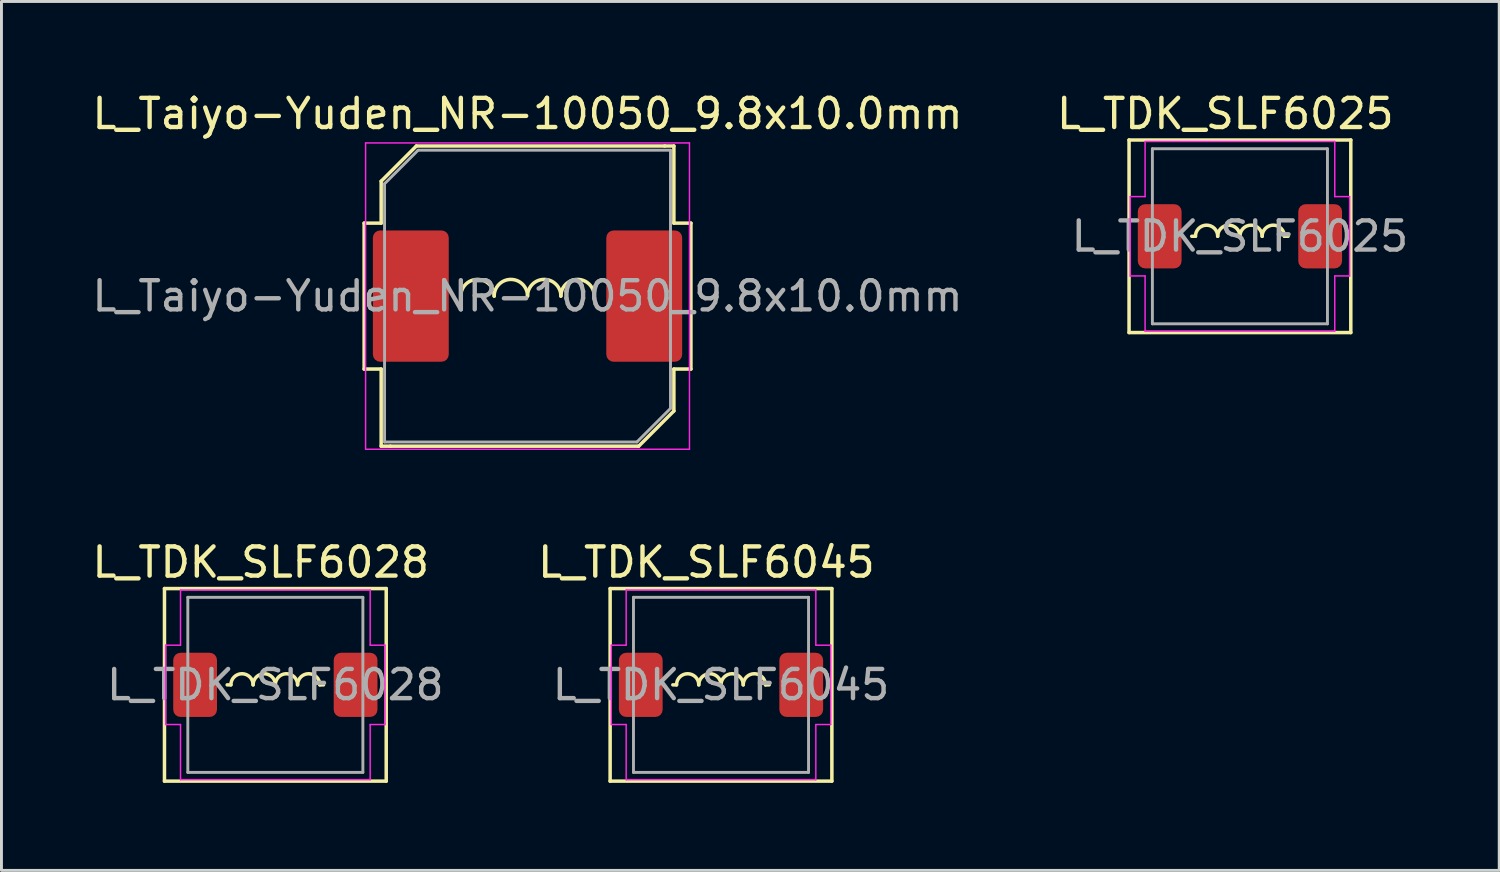
<source format=kicad_pcb>
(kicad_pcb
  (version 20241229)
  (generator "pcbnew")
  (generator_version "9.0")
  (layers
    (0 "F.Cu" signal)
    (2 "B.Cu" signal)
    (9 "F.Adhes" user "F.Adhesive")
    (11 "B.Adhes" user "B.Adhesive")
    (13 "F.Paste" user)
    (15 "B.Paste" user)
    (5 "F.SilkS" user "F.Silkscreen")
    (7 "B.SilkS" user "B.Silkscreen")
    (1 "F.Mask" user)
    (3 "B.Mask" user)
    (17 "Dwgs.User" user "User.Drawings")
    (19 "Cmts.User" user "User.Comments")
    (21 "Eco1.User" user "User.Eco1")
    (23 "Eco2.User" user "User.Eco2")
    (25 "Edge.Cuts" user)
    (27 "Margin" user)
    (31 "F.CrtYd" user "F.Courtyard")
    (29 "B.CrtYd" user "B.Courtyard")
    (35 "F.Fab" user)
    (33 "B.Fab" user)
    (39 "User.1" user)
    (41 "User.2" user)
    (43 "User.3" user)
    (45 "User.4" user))
  (footprint "L_TDK_SLF6045"
    (layer "F.Cu")
    (at 21.661 20.422)
    (property "Reference" "L_TDK_SLF6045" (at -0.5 -4.2 0) (layer "F.SilkS") (effects (font (size 1 1) (thickness 0.15))))
    (attr smd)
    (fp_line (start -3.8 -3.3) (end -3.8 3.3) (stroke (width 0.12) (type solid)) (layer "F.SilkS"))
    (fp_line (start -3.8 3.3) (end 3.8 3.3) (stroke (width 0.12) (type solid)) (layer "F.SilkS"))
    (fp_line (start -1.651 0) (end -1.524 0) (stroke (width 0.12) (type solid)) (layer "F.SilkS"))
    (fp_line (start 1.524 0) (end 1.651 0) (stroke (width 0.12) (type solid)) (layer "F.SilkS"))
    (fp_line (start 3.8 -3.3) (end -3.8 -3.3) (stroke (width 0.12) (type solid)) (layer "F.SilkS"))
    (fp_line (start 3.8 3.3) (end 3.8 -3.3) (stroke (width 0.12) (type solid)) (layer "F.SilkS"))
    (fp_arc (start -1.524 0) (mid -1.143 -0.381) (end -0.762 0) (stroke (width 0.12) (type solid)) (layer "F.SilkS"))
    (fp_arc (start -0.762 0) (mid -0.381 -0.381) (end 0 0) (stroke (width 0.12) (type solid)) (layer "F.SilkS"))
    (fp_arc (start 0 0) (mid 0.381 -0.381) (end 0.762 0) (stroke (width 0.12) (type solid)) (layer "F.SilkS"))
    (fp_arc (start 0.762 0) (mid 1.143 -0.381) (end 1.524 0) (stroke (width 0.12) (type solid)) (layer "F.SilkS"))
    (fp_line (start -3.76 -1.36) (end -3.76 1.36) (stroke (width 0.05) (type solid)) (layer "F.CrtYd"))
    (fp_line (start -3.76 1.36) (end -3.25 1.36) (stroke (width 0.05) (type solid)) (layer "F.CrtYd"))
    (fp_line (start -3.25 -3.25) (end -3.25 -1.36) (stroke (width 0.05) (type solid)) (layer "F.CrtYd"))
    (fp_line (start -3.25 -3.25) (end 3.25 -3.25) (stroke (width 0.05) (type solid)) (layer "F.CrtYd"))
    (fp_line (start -3.25 -1.36) (end -3.76 -1.36) (stroke (width 0.05) (type solid)) (layer "F.CrtYd"))
    (fp_line (start -3.25 1.36) (end -3.25 3.25) (stroke (width 0.05) (type solid)) (layer "F.CrtYd"))
    (fp_line (start -3.25 3.25) (end 3.25 3.25) (stroke (width 0.05) (type solid)) (layer "F.CrtYd"))
    (fp_line (start 3.25 -3.25) (end 3.25 -1.36) (stroke (width 0.05) (type solid)) (layer "F.CrtYd"))
    (fp_line (start 3.25 -1.36) (end 3.76 -1.36) (stroke (width 0.05) (type solid)) (layer "F.CrtYd"))
    (fp_line (start 3.25 1.36) (end 3.25 3.25) (stroke (width 0.05) (type solid)) (layer "F.CrtYd"))
    (fp_line (start 3.76 -1.36) (end 3.76 1.36) (stroke (width 0.05) (type solid)) (layer "F.CrtYd"))
    (fp_line (start 3.76 1.36) (end 3.25 1.36) (stroke (width 0.05) (type solid)) (layer "F.CrtYd"))
    (fp_line (start -3 -3) (end 3 -3) (stroke (width 0.1) (type solid)) (layer "F.Fab"))
    (fp_line (start -3 3) (end -3 -3) (stroke (width 0.1) (type solid)) (layer "F.Fab"))
    (fp_line (start 3 -3) (end 3 3) (stroke (width 0.1) (type solid)) (layer "F.Fab"))
    (fp_line (start 3 3) (end -3 3) (stroke (width 0.1) (type solid)) (layer "F.Fab"))
    (fp_text user "${REFERENCE}" (at 0 0 0) (layer "F.Fab") (effects (font (size 1 1) (thickness 0.15))))
    (pad "1" smd roundrect (at -2.75 0) (size 1.5 2.2) (layers "F.Cu" "F.Mask" "F.Paste") (roundrect_rratio 0.167))
    (pad "2" smd roundrect (at 2.75 0) (size 1.5 2.2) (layers "F.Cu" "F.Mask" "F.Paste") (roundrect_rratio 0.167)))
  (footprint "L_TDK_SLF6028"
    (layer "F.Cu")
    (at 6.387 20.422)
    (property "Reference" "L_TDK_SLF6028" (at -0.5 -4.2 0) (layer "F.SilkS") (effects (font (size 1 1) (thickness 0.15))))
    (attr smd)
    (fp_line (start -3.8 -3.3) (end -3.8 3.3) (stroke (width 0.12) (type solid)) (layer "F.SilkS"))
    (fp_line (start -3.8 3.3) (end 3.8 3.3) (stroke (width 0.12) (type solid)) (layer "F.SilkS"))
    (fp_line (start -1.651 0) (end -1.524 0) (stroke (width 0.12) (type solid)) (layer "F.SilkS"))
    (fp_line (start 1.524 0) (end 1.651 0) (stroke (width 0.12) (type solid)) (layer "F.SilkS"))
    (fp_line (start 3.8 -3.3) (end -3.8 -3.3) (stroke (width 0.12) (type solid)) (layer "F.SilkS"))
    (fp_line (start 3.8 3.3) (end 3.8 -3.3) (stroke (width 0.12) (type solid)) (layer "F.SilkS"))
    (fp_arc (start -1.524 0) (mid -1.143 -0.381) (end -0.762 0) (stroke (width 0.12) (type solid)) (layer "F.SilkS"))
    (fp_arc (start -0.762 0) (mid -0.381 -0.381) (end 0 0) (stroke (width 0.12) (type solid)) (layer "F.SilkS"))
    (fp_arc (start 0 0) (mid 0.381 -0.381) (end 0.762 0) (stroke (width 0.12) (type solid)) (layer "F.SilkS"))
    (fp_arc (start 0.762 0) (mid 1.143 -0.381) (end 1.524 0) (stroke (width 0.12) (type solid)) (layer "F.SilkS"))
    (fp_line (start -3.76 -1.36) (end -3.76 1.36) (stroke (width 0.05) (type solid)) (layer "F.CrtYd"))
    (fp_line (start -3.76 1.36) (end -3.25 1.36) (stroke (width 0.05) (type solid)) (layer "F.CrtYd"))
    (fp_line (start -3.25 -3.25) (end -3.25 -1.36) (stroke (width 0.05) (type solid)) (layer "F.CrtYd"))
    (fp_line (start -3.25 -3.25) (end 3.25 -3.25) (stroke (width 0.05) (type solid)) (layer "F.CrtYd"))
    (fp_line (start -3.25 -1.36) (end -3.76 -1.36) (stroke (width 0.05) (type solid)) (layer "F.CrtYd"))
    (fp_line (start -3.25 1.36) (end -3.25 3.25) (stroke (width 0.05) (type solid)) (layer "F.CrtYd"))
    (fp_line (start -3.25 3.25) (end 3.25 3.25) (stroke (width 0.05) (type solid)) (layer "F.CrtYd"))
    (fp_line (start 3.25 -3.25) (end 3.25 -1.36) (stroke (width 0.05) (type solid)) (layer "F.CrtYd"))
    (fp_line (start 3.25 -1.36) (end 3.76 -1.36) (stroke (width 0.05) (type solid)) (layer "F.CrtYd"))
    (fp_line (start 3.25 1.36) (end 3.25 3.25) (stroke (width 0.05) (type solid)) (layer "F.CrtYd"))
    (fp_line (start 3.76 -1.36) (end 3.76 1.36) (stroke (width 0.05) (type solid)) (layer "F.CrtYd"))
    (fp_line (start 3.76 1.36) (end 3.25 1.36) (stroke (width 0.05) (type solid)) (layer "F.CrtYd"))
    (fp_line (start -3 -3) (end 3 -3) (stroke (width 0.1) (type solid)) (layer "F.Fab"))
    (fp_line (start -3 3) (end -3 -3) (stroke (width 0.1) (type solid)) (layer "F.Fab"))
    (fp_line (start 3 -3) (end 3 3) (stroke (width 0.1) (type solid)) (layer "F.Fab"))
    (fp_line (start 3 3) (end -3 3) (stroke (width 0.1) (type solid)) (layer "F.Fab"))
    (fp_text user "${REFERENCE}" (at 0 0 0) (layer "F.Fab") (effects (font (size 1 1) (thickness 0.15))))
    (pad "1" smd roundrect (at -2.75 0) (size 1.5 2.2) (layers "F.Cu" "F.Mask" "F.Paste") (roundrect_rratio 0.167))
    (pad "2" smd roundrect (at 2.75 0) (size 1.5 2.2) (layers "F.Cu" "F.Mask" "F.Paste") (roundrect_rratio 0.167)))
  (footprint "L_Taiyo-Yuden_NR-10050_9.8x10.0mm"
    (layer "F.Cu")
    (at 15.03 7.098)
    (property "Reference" "L_Taiyo-Yuden_NR-10050_9.8x10.0mm" (at 0 -6.25 0) (layer "F.SilkS") (effects (font (size 1 1) (thickness 0.15))))
    (attr smd)
    (fp_line (start -5.6 -2.5) (end -5.6 2.5) (stroke (width 0.12) (type solid)) (layer "F.SilkS"))
    (fp_line (start -5.6 2.5) (end -5.016 2.5) (stroke (width 0.12) (type solid)) (layer "F.SilkS"))
    (fp_line (start -5.016 -3.937) (end -5.016 -2.5) (stroke (width 0.12) (type solid)) (layer "F.SilkS"))
    (fp_line (start -5.016 -2.5) (end -5.6 -2.5) (stroke (width 0.12) (type solid)) (layer "F.SilkS"))
    (fp_line (start -5.016 5.144) (end -5.016 2.5) (stroke (width 0.12) (type solid)) (layer "F.SilkS"))
    (fp_line (start -4.699 5.144) (end -5.016 5.144) (stroke (width 0.12) (type solid)) (layer "F.SilkS"))
    (fp_line (start -4.699 5.144) (end 3.81 5.144) (stroke (width 0.12) (type solid)) (layer "F.SilkS"))
    (fp_line (start -3.81 -5.144) (end -5.016 -3.937) (stroke (width 0.12) (type solid)) (layer "F.SilkS"))
    (fp_line (start 3.81 5.144) (end 5.016 3.937) (stroke (width 0.12) (type solid)) (layer "F.SilkS"))
    (fp_line (start 4.699 -5.144) (end -3.81 -5.144) (stroke (width 0.12) (type solid)) (layer "F.SilkS"))
    (fp_line (start 4.699 -5.144) (end 5.016 -5.144) (stroke (width 0.12) (type solid)) (layer "F.SilkS"))
    (fp_line (start 5.016 -5.144) (end 5.016 -2.5) (stroke (width 0.12) (type solid)) (layer "F.SilkS"))
    (fp_line (start 5.016 -2.5) (end 5.6 -2.5) (stroke (width 0.12) (type solid)) (layer "F.SilkS"))
    (fp_line (start 5.016 3.937) (end 5.016 2.5) (stroke (width 0.12) (type solid)) (layer "F.SilkS"))
    (fp_line (start 5.6 -2.5) (end 5.6 2.5) (stroke (width 0.12) (type solid)) (layer "F.SilkS"))
    (fp_line (start 5.6 2.5) (end 5.016 2.5) (stroke (width 0.12) (type solid)) (layer "F.SilkS"))
    (fp_arc (start -2.286 0) (mid -1.7145 -0.5715) (end -1.143 0) (stroke (width 0.12) (type solid)) (layer "F.SilkS"))
    (fp_arc (start -1.143 0) (mid -0.5715 -0.5715) (end 0 0) (stroke (width 0.12) (type solid)) (layer "F.SilkS"))
    (fp_arc (start 0 0) (mid 0.5715 -0.5715) (end 1.143 0) (stroke (width 0.12) (type solid)) (layer "F.SilkS"))
    (fp_arc (start 1.143 0) (mid 1.7145 -0.5715) (end 2.286 0) (stroke (width 0.12) (type solid)) (layer "F.SilkS"))
    (fp_line (start -5.55 -5.25) (end -5.55 5.25) (stroke (width 0.05) (type solid)) (layer "F.CrtYd"))
    (fp_line (start -5.55 5.25) (end 5.55 5.25) (stroke (width 0.05) (type solid)) (layer "F.CrtYd"))
    (fp_line (start 5.55 -5.25) (end -5.55 -5.25) (stroke (width 0.05) (type solid)) (layer "F.CrtYd"))
    (fp_line (start 5.55 5.25) (end 5.55 -5.25) (stroke (width 0.05) (type solid)) (layer "F.CrtYd"))
    (fp_line (start -4.9 -3.85) (end -4.9 5) (stroke (width 0.1) (type solid)) (layer "F.Fab"))
    (fp_line (start -4.9 -3.85) (end -3.75 -5) (stroke (width 0.1) (type solid)) (layer "F.Fab"))
    (fp_line (start -4.9 5) (end 3.75 5) (stroke (width 0.1) (type solid)) (layer "F.Fab"))
    (fp_line (start 3.75 5) (end 4.9 3.85) (stroke (width 0.1) (type solid)) (layer "F.Fab"))
    (fp_line (start 4.9 -5) (end -3.75 -5) (stroke (width 0.1) (type solid)) (layer "F.Fab"))
    (fp_line (start 4.9 3.85) (end 4.9 -5) (stroke (width 0.1) (type solid)) (layer "F.Fab"))
    (fp_text user "${REFERENCE}" (at 0 0 0) (layer "F.Fab") (effects (font (size 1 1) (thickness 0.15))))
    (pad "1" smd roundrect (at -4 0) (size 2.6 4.5) (layers "F.Cu" "F.Mask" "F.Paste") (roundrect_rratio 0.096))
    (pad "2" smd roundrect (at 4 0) (size 2.6 4.5) (layers "F.Cu" "F.Mask" "F.Paste") (roundrect_rratio 0.096)))
  (footprint "L_TDK_SLF6025"
    (layer "F.Cu")
    (at 39.446 5.048)
    (property "Reference" "L_TDK_SLF6025" (at -0.5 -4.2 0) (layer "F.SilkS") (effects (font (size 1 1) (thickness 0.15))))
    (attr smd)
    (fp_line (start -3.8 -3.3) (end 3.8 -3.3) (stroke (width 0.12) (type solid)) (layer "F.SilkS"))
    (fp_line (start -3.8 0) (end -3.8 -3.3) (stroke (width 0.12) (type solid)) (layer "F.SilkS"))
    (fp_line (start -3.8 3.3) (end -3.8 0) (stroke (width 0.12) (type solid)) (layer "F.SilkS"))
    (fp_line (start -1.651 0) (end -1.524 0) (stroke (width 0.12) (type solid)) (layer "F.SilkS"))
    (fp_line (start 1.524 0) (end 1.651 0) (stroke (width 0.12) (type solid)) (layer "F.SilkS"))
    (fp_line (start 3.8 -3.3) (end 3.8 3.3) (stroke (width 0.12) (type solid)) (layer "F.SilkS"))
    (fp_line (start 3.8 3.3) (end -3.8 3.3) (stroke (width 0.12) (type solid)) (layer "F.SilkS"))
    (fp_arc (start -1.524 0) (mid -1.143 -0.381) (end -0.762 0) (stroke (width 0.12) (type solid)) (layer "F.SilkS"))
    (fp_arc (start -0.762 0) (mid -0.381 -0.381) (end 0 0) (stroke (width 0.12) (type solid)) (layer "F.SilkS"))
    (fp_arc (start 0 0) (mid 0.381 -0.381) (end 0.762 0) (stroke (width 0.12) (type solid)) (layer "F.SilkS"))
    (fp_arc (start 0.762 0) (mid 1.143 -0.381) (end 1.524 0) (stroke (width 0.12) (type solid)) (layer "F.SilkS"))
    (fp_line (start -3.76 -1.36) (end -3.76 1.36) (stroke (width 0.05) (type solid)) (layer "F.CrtYd"))
    (fp_line (start -3.76 1.36) (end -3.25 1.36) (stroke (width 0.05) (type solid)) (layer "F.CrtYd"))
    (fp_line (start -3.25 -3.25) (end -3.25 -1.36) (stroke (width 0.05) (type solid)) (layer "F.CrtYd"))
    (fp_line (start -3.25 -3.25) (end 3.25 -3.25) (stroke (width 0.05) (type solid)) (layer "F.CrtYd"))
    (fp_line (start -3.25 -1.36) (end -3.76 -1.36) (stroke (width 0.05) (type solid)) (layer "F.CrtYd"))
    (fp_line (start -3.25 1.36) (end -3.25 3.25) (stroke (width 0.05) (type solid)) (layer "F.CrtYd"))
    (fp_line (start -3.25 3.25) (end 3.25 3.25) (stroke (width 0.05) (type solid)) (layer "F.CrtYd"))
    (fp_line (start 3.25 -3.25) (end 3.25 -1.36) (stroke (width 0.05) (type solid)) (layer "F.CrtYd"))
    (fp_line (start 3.25 -1.36) (end 3.76 -1.36) (stroke (width 0.05) (type solid)) (layer "F.CrtYd"))
    (fp_line (start 3.25 1.36) (end 3.25 3.25) (stroke (width 0.05) (type solid)) (layer "F.CrtYd"))
    (fp_line (start 3.76 -1.36) (end 3.76 1.36) (stroke (width 0.05) (type solid)) (layer "F.CrtYd"))
    (fp_line (start 3.76 1.36) (end 3.25 1.36) (stroke (width 0.05) (type solid)) (layer "F.CrtYd"))
    (fp_line (start -3 -3) (end 3 -3) (stroke (width 0.1) (type solid)) (layer "F.Fab"))
    (fp_line (start -3 3) (end -3 -3) (stroke (width 0.1) (type solid)) (layer "F.Fab"))
    (fp_line (start 3 -3) (end 3 3) (stroke (width 0.1) (type solid)) (layer "F.Fab"))
    (fp_line (start 3 3) (end -3 3) (stroke (width 0.1) (type solid)) (layer "F.Fab"))
    (fp_text user "${REFERENCE}" (at 0 0 0) (layer "F.Fab") (effects (font (size 1 1) (thickness 0.15))))
    (pad "1" smd roundrect (at -2.75 0) (size 1.5 2.2) (layers "F.Cu" "F.Mask" "F.Paste") (roundrect_rratio 0.167))
    (pad "2" smd roundrect (at 2.75 0) (size 1.5 2.2) (layers "F.Cu" "F.Mask" "F.Paste") (roundrect_rratio 0.167)))
  (gr_rect
    (start -3 -3)
    (end 48.333 26.782)
    (stroke (width 0.1) (type default))
    (fill no)
    (layer "Edge.Cuts")))
</source>
